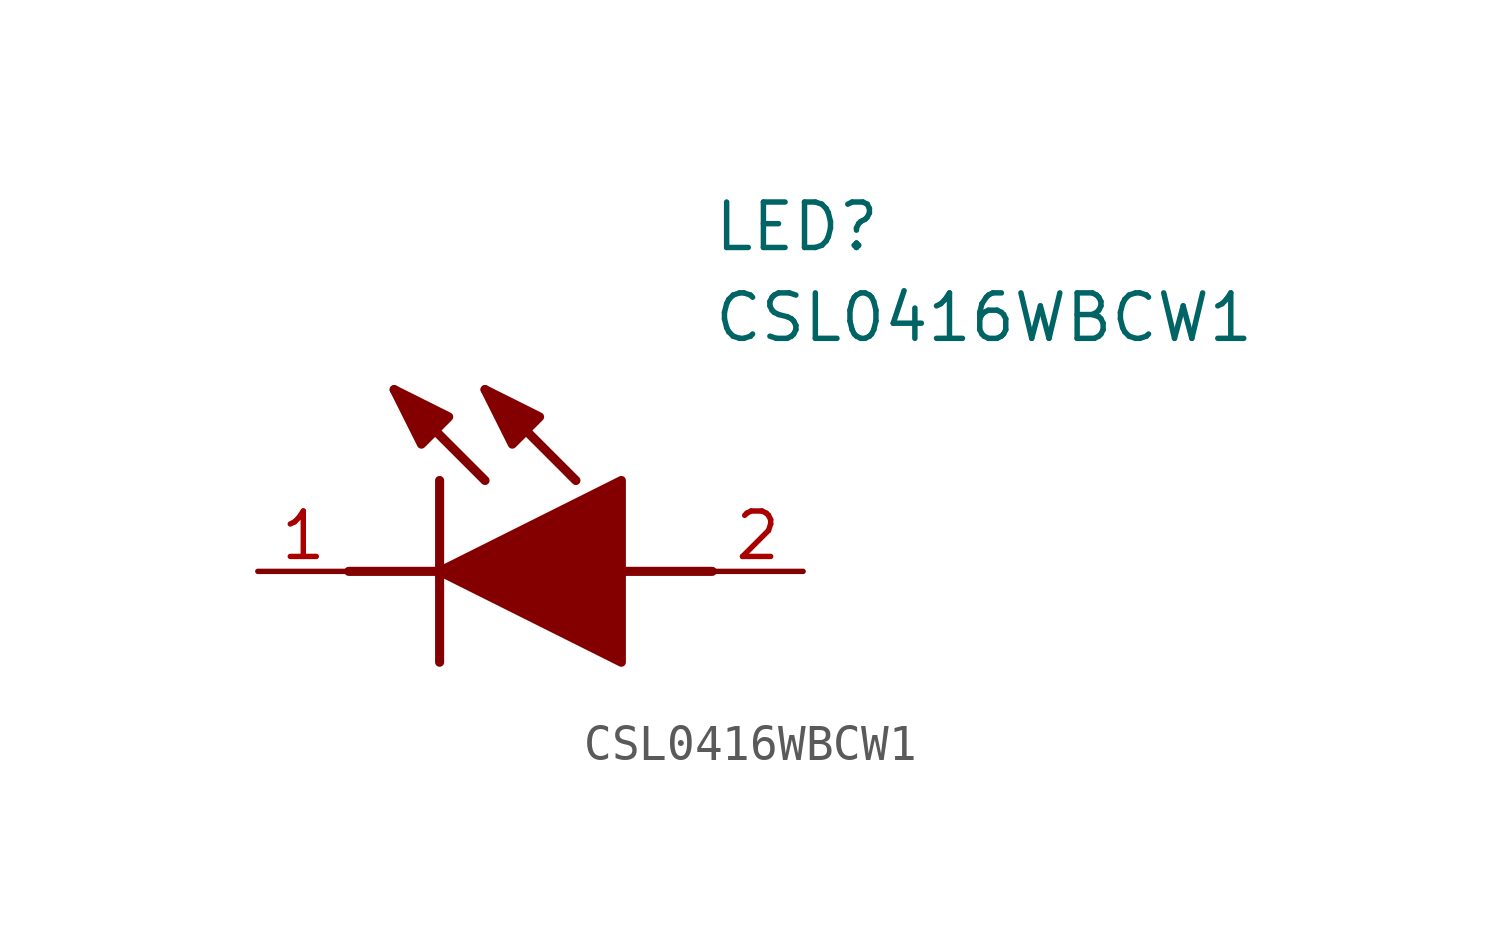
<source format=kicad_sym>
(kicad_symbol_lib
  (version 20211014)
  (generator SamacSys_ECAD_Model)
  (symbol "CSL0416WBCW1"
    (pin_names hide)
    (property "Reference" "LED"
      (at 12.7 8.89 0)
      (effects (font (size 1.27 1.27)) (justify left bottom)))
    (property "Value" "CSL0416WBCW1"
      (at 12.7 6.35 0)
      (effects (font (size 1.27 1.27)) (justify left bottom)))
    (polyline
      (pts (xy 5.08 2.54) (xy 5.08 -2.54))
      (stroke (width 0.254) (type default))
      (fill (type none)))
    (polyline
      (pts (xy 6.35 2.54) (xy 3.81 5.08))
      (stroke (width 0.254) (type default))
      (fill (type none)))
    (polyline
      (pts (xy 8.89 2.54) (xy 6.35 5.08))
      (stroke (width 0.254) (type default))
      (fill (type none)))
    (polyline
      (pts (xy 2.54 0) (xy 5.08 0))
      (stroke (width 0.254) (type default))
      (fill (type none)))
    (polyline
      (pts (xy 10.16 0) (xy 12.7 0))
      (stroke (width 0.254) (type default))
      (fill (type none)))
    (polyline
      (pts (xy 5.08 0) (xy 10.16 2.54) (xy 10.16 -2.54) (xy 5.08 0))
      (stroke (width 0.254) (type default))
      (fill (type outline)))
    (polyline
      (pts (xy 5.334 4.318) (xy 4.572 3.556) (xy 3.81 5.08) (xy 5.334 4.318))
      (stroke (width 0.254) (type default))
      (fill (type outline)))
    (polyline
      (pts (xy 7.874 4.318) (xy 7.112 3.556) (xy 6.35 5.08) (xy 7.874 4.318))
      (stroke (width 0.254) (type default))
      (fill (type outline)))
    (pin passive line
      (at 0 0 0)
      (length 2.54)
      (name "K" (effects (font (size 1.27 1.27))))
      (number "1" (effects (font (size 1.27 1.27)))))
    (pin passive line
      (at 15.24 0 180)
      (length 2.54)
      (name "A" (effects (font (size 1.27 1.27))))
      (number "2" (effects (font (size 1.27 1.27)))))))
</source>
